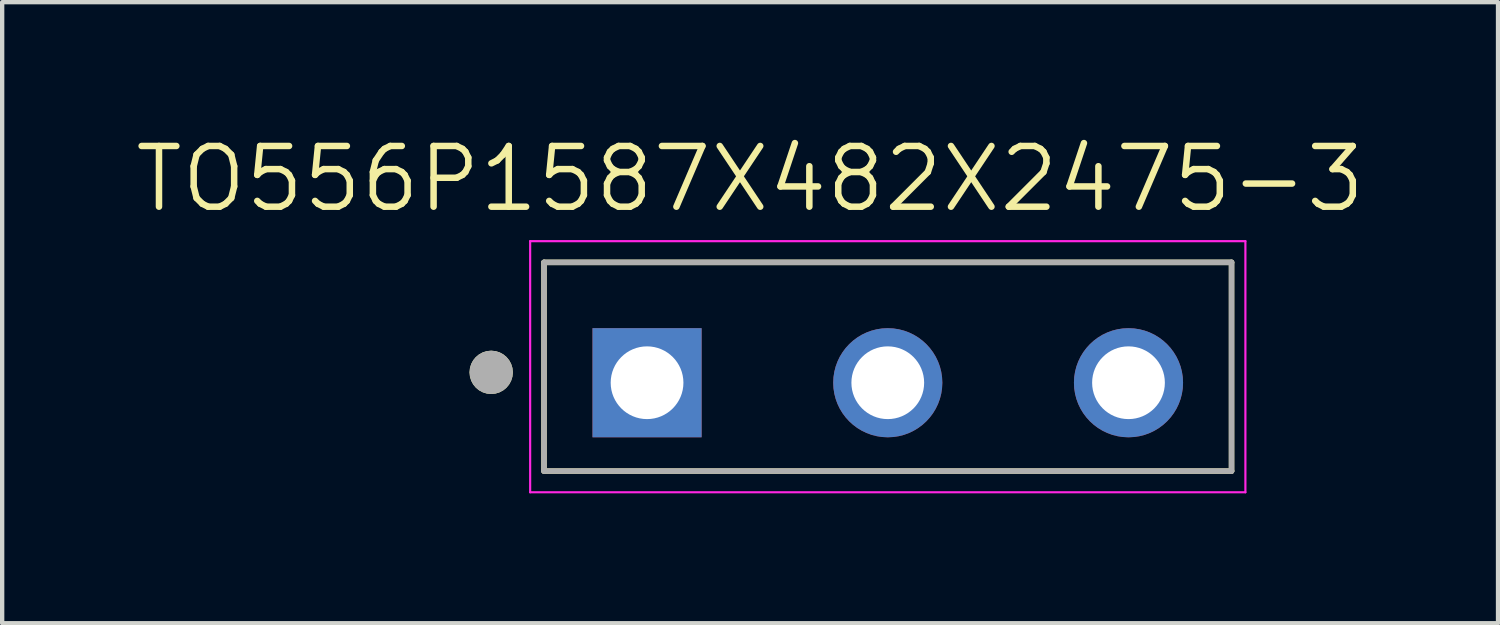
<source format=kicad_pcb>
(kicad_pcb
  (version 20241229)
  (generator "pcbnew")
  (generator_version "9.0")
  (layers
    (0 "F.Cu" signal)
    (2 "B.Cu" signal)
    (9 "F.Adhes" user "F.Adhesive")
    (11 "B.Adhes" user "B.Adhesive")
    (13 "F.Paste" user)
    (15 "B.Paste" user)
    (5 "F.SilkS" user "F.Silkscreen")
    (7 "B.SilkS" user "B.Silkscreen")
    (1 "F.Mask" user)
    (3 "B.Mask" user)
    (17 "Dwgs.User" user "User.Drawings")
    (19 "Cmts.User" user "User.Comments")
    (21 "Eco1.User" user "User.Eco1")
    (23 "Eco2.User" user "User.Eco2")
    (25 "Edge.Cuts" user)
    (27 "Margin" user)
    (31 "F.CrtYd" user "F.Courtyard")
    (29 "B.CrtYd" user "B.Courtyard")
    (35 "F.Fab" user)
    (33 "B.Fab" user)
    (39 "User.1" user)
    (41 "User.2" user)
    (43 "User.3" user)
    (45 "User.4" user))
  (footprint "TO556P1587X482X2475-3"
    (layer "F.Cu")
    (at 11.895 5.79)
    (property "Reference" "TO556P1587X482X2475-3" (at 2.38 -4.707 0) (layer "F.SilkS") (effects (font (size 1.402 1.402) (thickness 0.15))))
    (attr through_hole)
    (fp_line (start -2.38 -2.78) (end 13.5 -2.78) (stroke (width 0.127) (type solid)) (layer "F.SilkS"))
    (fp_line (start -2.38 2.04) (end -2.38 -2.78) (stroke (width 0.127) (type solid)) (layer "F.SilkS"))
    (fp_line (start 13.5 -2.78) (end 13.5 2.04) (stroke (width 0.127) (type solid)) (layer "F.SilkS"))
    (fp_line (start 13.5 2.04) (end -2.38 2.04) (stroke (width 0.127) (type solid)) (layer "F.SilkS"))
    (fp_circle (center -3.6 -0.24) (end -3.35 -0.24) (stroke (width 0.5) (type solid)) (fill no) (layer "F.SilkS"))
    (fp_line (start -2.7 -3.27) (end 13.82 -3.27) (stroke (width 0.05) (type solid)) (layer "F.CrtYd"))
    (fp_line (start -2.7 2.53) (end -2.7 -3.27) (stroke (width 0.05) (type solid)) (layer "F.CrtYd"))
    (fp_line (start 13.82 -3.27) (end 13.82 2.53) (stroke (width 0.05) (type solid)) (layer "F.CrtYd"))
    (fp_line (start 13.82 2.53) (end -2.7 2.53) (stroke (width 0.05) (type solid)) (layer "F.CrtYd"))
    (fp_line (start -2.38 -2.78) (end -2.38 2.04) (stroke (width 0.127) (type solid)) (layer "F.Fab"))
    (fp_line (start -2.38 -2.78) (end 13.5 -2.78) (stroke (width 0.127) (type solid)) (layer "F.Fab"))
    (fp_line (start -2.38 2.04) (end 13.5 2.04) (stroke (width 0.127) (type solid)) (layer "F.Fab"))
    (fp_line (start 13.5 -2.78) (end 13.5 2.04) (stroke (width 0.127) (type solid)) (layer "F.Fab"))
    (fp_circle (center -3.6 -0.24) (end -3.35 -0.24) (stroke (width 0.5) (type solid)) (fill no) (layer "F.Fab"))
    (pad "1" thru_hole rect (at 0 0) (size 2.52 2.52) (drill 1.68) (layers "*.Cu" "*.Mask"))
    (pad "2" thru_hole circle (at 5.56 0) (size 2.52 2.52) (drill 1.68) (layers "*.Cu" "*.Mask"))
    (pad "3" thru_hole circle (at 11.12 0) (size 2.52 2.52) (drill 1.68) (layers "*.Cu" "*.Mask")))
  (gr_rect
    (start -3 -3)
    (end 31.55 11.345)
    (stroke (width 0.1) (type default))
    (fill no)
    (layer "Edge.Cuts")))
</source>
